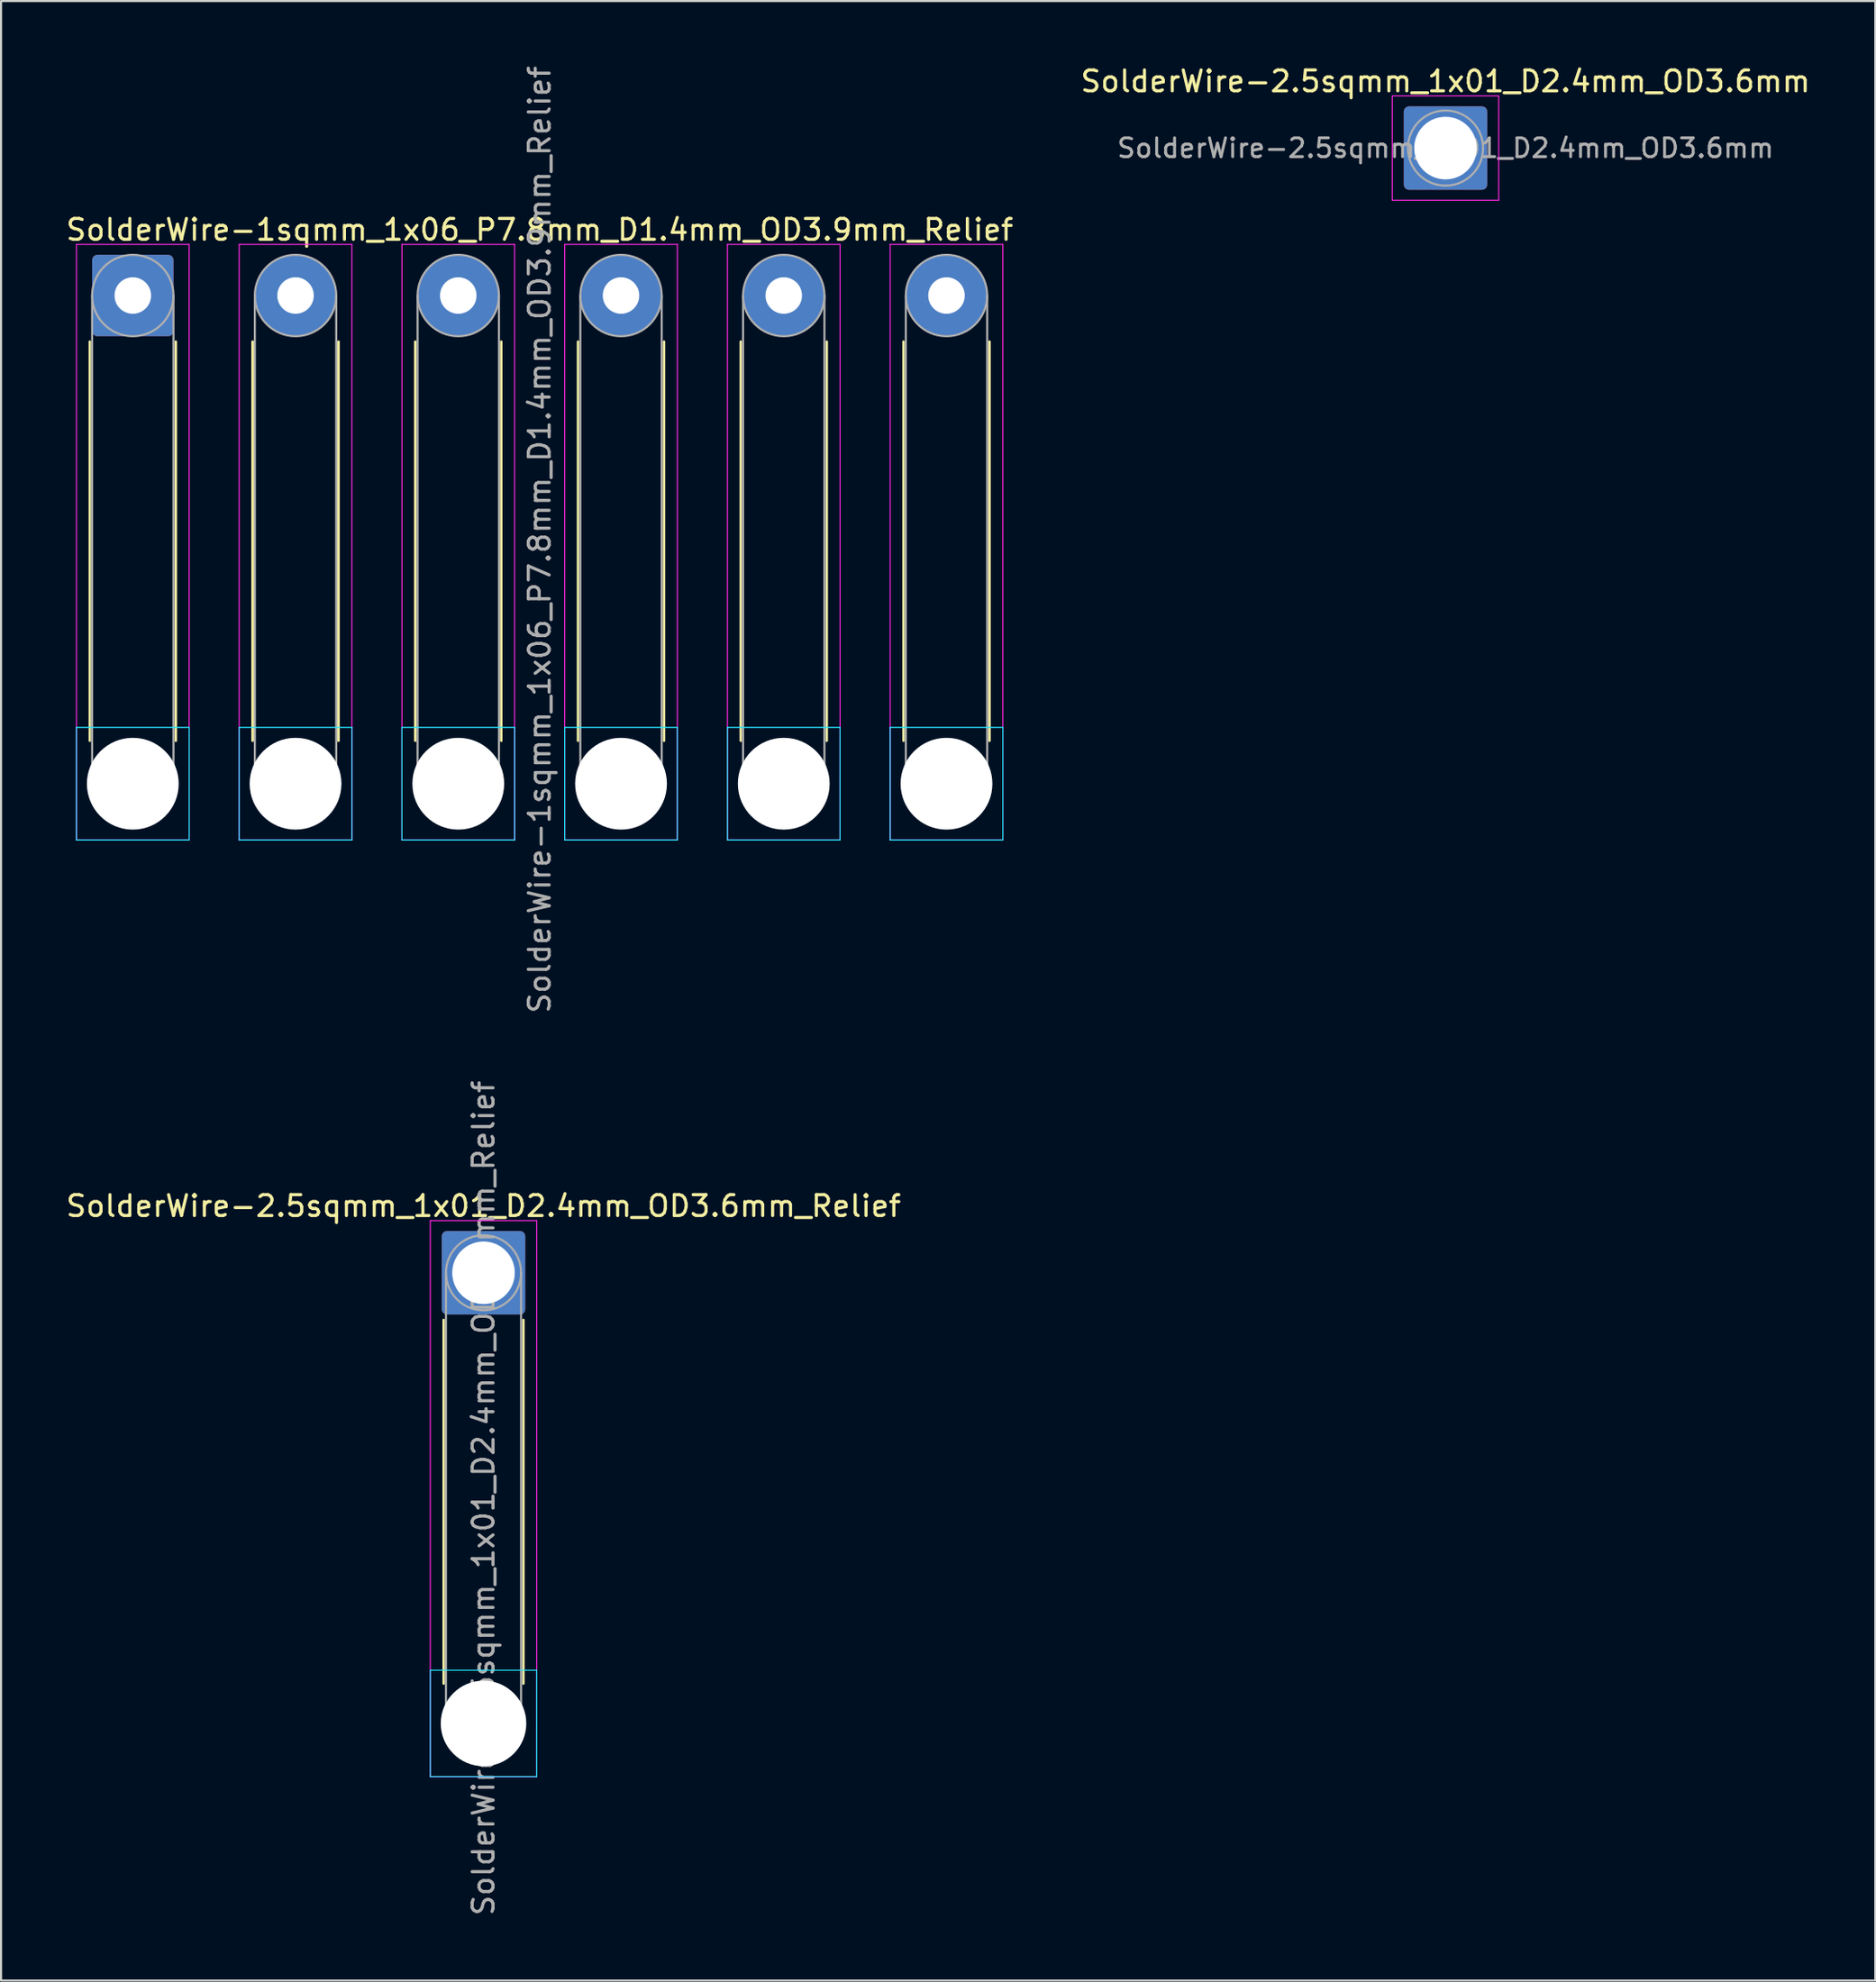
<source format=kicad_pcb>
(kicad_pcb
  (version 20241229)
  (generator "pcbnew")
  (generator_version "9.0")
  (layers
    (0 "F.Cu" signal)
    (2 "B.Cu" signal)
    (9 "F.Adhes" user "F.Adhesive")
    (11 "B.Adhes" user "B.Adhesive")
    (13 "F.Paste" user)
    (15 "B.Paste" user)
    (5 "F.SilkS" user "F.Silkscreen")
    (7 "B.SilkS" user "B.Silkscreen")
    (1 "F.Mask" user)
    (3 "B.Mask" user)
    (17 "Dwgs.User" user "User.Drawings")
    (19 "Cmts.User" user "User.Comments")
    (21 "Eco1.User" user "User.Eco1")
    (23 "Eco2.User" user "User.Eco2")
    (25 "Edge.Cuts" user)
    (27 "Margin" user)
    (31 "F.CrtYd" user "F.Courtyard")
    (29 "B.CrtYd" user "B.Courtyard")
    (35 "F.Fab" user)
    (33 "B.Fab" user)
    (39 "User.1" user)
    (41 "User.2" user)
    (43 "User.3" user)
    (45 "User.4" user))
  (footprint "SolderWire-2.5sqmm_1x01_D2.4mm_OD3.6mm"
    (layer "F.Cu")
    (at 66.232 4.048)
    (property "Reference" "SolderWire-2.5sqmm_1x01_D2.4mm_OD3.6mm" (at 0 -3.2 0) (layer "F.SilkS") (effects (font (size 1 1) (thickness 0.15))))
    (attr exclude_from_pos_files exclude_from_bom)
    (fp_line (start -2.55 -2.5) (end -2.55 2.5) (stroke (width 0.05) (type solid)) (layer "F.CrtYd"))
    (fp_line (start -2.55 2.5) (end 2.55 2.5) (stroke (width 0.05) (type solid)) (layer "F.CrtYd"))
    (fp_line (start 2.55 -2.5) (end -2.55 -2.5) (stroke (width 0.05) (type solid)) (layer "F.CrtYd"))
    (fp_line (start 2.55 2.5) (end 2.55 -2.5) (stroke (width 0.05) (type solid)) (layer "F.CrtYd"))
    (fp_circle (center 0 0) (end 1.8 0) (stroke (width 0.1) (type solid)) (fill no) (layer "F.Fab"))
    (fp_text user "${REFERENCE}" (at 0 0 0) (layer "F.Fab") (effects (font (size 0.9 0.9) (thickness 0.14))))
    (pad "1" thru_hole roundrect (at 0 0) (size 4 4) (drill 3) (layers "*.Cu" "*.Mask") (roundrect_rratio 0.062)))
  (footprint "SolderWire-2.5sqmm_1x01_D2.4mm_OD3.6mm_Relief"
    (layer "F.Cu")
    (at 20.125 57.956)
    (property "Reference" "SolderWire-2.5sqmm_1x01_D2.4mm_OD3.6mm_Relief" (at 0 -3.2 0) (layer "F.SilkS") (effects (font (size 1 1) (thickness 0.15))))
    (attr exclude_from_pos_files exclude_from_bom)
    (fp_line (start -1.91 2.26) (end -1.91 19.69) (stroke (width 0.12) (type solid)) (layer "F.SilkS"))
    (fp_line (start 1.91 2.26) (end 1.91 19.69) (stroke (width 0.12) (type solid)) (layer "F.SilkS"))
    (fp_line (start -2.55 19.05) (end -2.55 24.15) (stroke (width 0.05) (type solid)) (layer "B.CrtYd"))
    (fp_line (start -2.55 24.15) (end 2.55 24.15) (stroke (width 0.05) (type solid)) (layer "B.CrtYd"))
    (fp_line (start 2.55 19.05) (end -2.55 19.05) (stroke (width 0.05) (type solid)) (layer "B.CrtYd"))
    (fp_line (start 2.55 24.15) (end 2.55 19.05) (stroke (width 0.05) (type solid)) (layer "B.CrtYd"))
    (fp_line (start -2.55 -2.5) (end -2.55 24.15) (stroke (width 0.05) (type solid)) (layer "F.CrtYd"))
    (fp_line (start -2.55 24.15) (end 2.55 24.15) (stroke (width 0.05) (type solid)) (layer "F.CrtYd"))
    (fp_line (start 2.55 -2.5) (end -2.55 -2.5) (stroke (width 0.05) (type solid)) (layer "F.CrtYd"))
    (fp_line (start 2.55 24.15) (end 2.55 -2.5) (stroke (width 0.05) (type solid)) (layer "F.CrtYd"))
    (fp_line (start -1.8 0) (end -1.8 21.6) (stroke (width 0.1) (type solid)) (layer "F.Fab"))
    (fp_line (start 1.8 0) (end 1.8 21.6) (stroke (width 0.1) (type solid)) (layer "F.Fab"))
    (fp_circle (center 0 0) (end 1.8 0) (stroke (width 0.1) (type solid)) (fill no) (layer "F.Fab"))
    (fp_circle (center 0 21.6) (end 1.8 21.6) (stroke (width 0.1) (type solid)) (fill no) (layer "F.Fab"))
    (fp_text user "${REFERENCE}" (at 0 10.8 90) (layer "F.Fab") (effects (font (size 1 1) (thickness 0.15))))
    (pad "" np_thru_hole circle (at 0 21.6) (size 4.1 4.1) (drill 4.1) (layers "*.Cu" "*.Mask"))
    (pad "1" thru_hole roundrect (at 0 0) (size 4 4) (drill 3) (layers "*.Cu" "*.Mask") (roundrect_rratio 0.062)))
  (footprint "SolderWire-1sqmm_1x06_P7.8mm_D1.4mm_OD3.9mm_Relief"
    (layer "F.Cu")
    (at 3.315 11.115)
    (property "Reference" "SolderWire-1sqmm_1x06_P7.8mm_D1.4mm_OD3.9mm_Relief" (at 19.5 -3.15 0) (layer "F.SilkS") (effects (font (size 1 1) (thickness 0.15))))
    (attr exclude_from_pos_files exclude_from_bom)
    (fp_line (start -2.06 2.21) (end -2.06 21.34) (stroke (width 0.12) (type solid)) (layer "F.SilkS"))
    (fp_line (start 2.06 2.21) (end 2.06 21.34) (stroke (width 0.12) (type solid)) (layer "F.SilkS"))
    (fp_line (start 5.74 2.21) (end 5.74 21.34) (stroke (width 0.12) (type solid)) (layer "F.SilkS"))
    (fp_line (start 9.86 2.21) (end 9.86 21.34) (stroke (width 0.12) (type solid)) (layer "F.SilkS"))
    (fp_line (start 13.54 2.21) (end 13.54 21.34) (stroke (width 0.12) (type solid)) (layer "F.SilkS"))
    (fp_line (start 17.66 2.21) (end 17.66 21.34) (stroke (width 0.12) (type solid)) (layer "F.SilkS"))
    (fp_line (start 21.34 2.21) (end 21.34 21.34) (stroke (width 0.12) (type solid)) (layer "F.SilkS"))
    (fp_line (start 25.46 2.21) (end 25.46 21.34) (stroke (width 0.12) (type solid)) (layer "F.SilkS"))
    (fp_line (start 29.14 2.21) (end 29.14 21.34) (stroke (width 0.12) (type solid)) (layer "F.SilkS"))
    (fp_line (start 33.26 2.21) (end 33.26 21.34) (stroke (width 0.12) (type solid)) (layer "F.SilkS"))
    (fp_line (start 36.94 2.21) (end 36.94 21.34) (stroke (width 0.12) (type solid)) (layer "F.SilkS"))
    (fp_line (start 41.06 2.21) (end 41.06 21.34) (stroke (width 0.12) (type solid)) (layer "F.SilkS"))
    (fp_line (start -2.7 20.7) (end -2.7 26.1) (stroke (width 0.05) (type solid)) (layer "B.CrtYd"))
    (fp_line (start -2.7 26.1) (end 2.7 26.1) (stroke (width 0.05) (type solid)) (layer "B.CrtYd"))
    (fp_line (start 2.7 20.7) (end -2.7 20.7) (stroke (width 0.05) (type solid)) (layer "B.CrtYd"))
    (fp_line (start 2.7 26.1) (end 2.7 20.7) (stroke (width 0.05) (type solid)) (layer "B.CrtYd"))
    (fp_line (start 5.1 20.7) (end 5.1 26.1) (stroke (width 0.05) (type solid)) (layer "B.CrtYd"))
    (fp_line (start 5.1 26.1) (end 10.5 26.1) (stroke (width 0.05) (type solid)) (layer "B.CrtYd"))
    (fp_line (start 10.5 20.7) (end 5.1 20.7) (stroke (width 0.05) (type solid)) (layer "B.CrtYd"))
    (fp_line (start 10.5 26.1) (end 10.5 20.7) (stroke (width 0.05) (type solid)) (layer "B.CrtYd"))
    (fp_line (start 12.9 20.7) (end 12.9 26.1) (stroke (width 0.05) (type solid)) (layer "B.CrtYd"))
    (fp_line (start 12.9 26.1) (end 18.3 26.1) (stroke (width 0.05) (type solid)) (layer "B.CrtYd"))
    (fp_line (start 18.3 20.7) (end 12.9 20.7) (stroke (width 0.05) (type solid)) (layer "B.CrtYd"))
    (fp_line (start 18.3 26.1) (end 18.3 20.7) (stroke (width 0.05) (type solid)) (layer "B.CrtYd"))
    (fp_line (start 20.7 20.7) (end 20.7 26.1) (stroke (width 0.05) (type solid)) (layer "B.CrtYd"))
    (fp_line (start 20.7 26.1) (end 26.1 26.1) (stroke (width 0.05) (type solid)) (layer "B.CrtYd"))
    (fp_line (start 26.1 20.7) (end 20.7 20.7) (stroke (width 0.05) (type solid)) (layer "B.CrtYd"))
    (fp_line (start 26.1 26.1) (end 26.1 20.7) (stroke (width 0.05) (type solid)) (layer "B.CrtYd"))
    (fp_line (start 28.5 20.7) (end 28.5 26.1) (stroke (width 0.05) (type solid)) (layer "B.CrtYd"))
    (fp_line (start 28.5 26.1) (end 33.9 26.1) (stroke (width 0.05) (type solid)) (layer "B.CrtYd"))
    (fp_line (start 33.9 20.7) (end 28.5 20.7) (stroke (width 0.05) (type solid)) (layer "B.CrtYd"))
    (fp_line (start 33.9 26.1) (end 33.9 20.7) (stroke (width 0.05) (type solid)) (layer "B.CrtYd"))
    (fp_line (start 36.3 20.7) (end 36.3 26.1) (stroke (width 0.05) (type solid)) (layer "B.CrtYd"))
    (fp_line (start 36.3 26.1) (end 41.7 26.1) (stroke (width 0.05) (type solid)) (layer "B.CrtYd"))
    (fp_line (start 41.7 20.7) (end 36.3 20.7) (stroke (width 0.05) (type solid)) (layer "B.CrtYd"))
    (fp_line (start 41.7 26.1) (end 41.7 20.7) (stroke (width 0.05) (type solid)) (layer "B.CrtYd"))
    (fp_line (start -2.7 -2.45) (end -2.7 26.1) (stroke (width 0.05) (type solid)) (layer "F.CrtYd"))
    (fp_line (start -2.7 26.1) (end 2.7 26.1) (stroke (width 0.05) (type solid)) (layer "F.CrtYd"))
    (fp_line (start 2.7 -2.45) (end -2.7 -2.45) (stroke (width 0.05) (type solid)) (layer "F.CrtYd"))
    (fp_line (start 2.7 26.1) (end 2.7 -2.45) (stroke (width 0.05) (type solid)) (layer "F.CrtYd"))
    (fp_line (start 5.1 -2.45) (end 5.1 26.1) (stroke (width 0.05) (type solid)) (layer "F.CrtYd"))
    (fp_line (start 5.1 26.1) (end 10.5 26.1) (stroke (width 0.05) (type solid)) (layer "F.CrtYd"))
    (fp_line (start 10.5 -2.45) (end 5.1 -2.45) (stroke (width 0.05) (type solid)) (layer "F.CrtYd"))
    (fp_line (start 10.5 26.1) (end 10.5 -2.45) (stroke (width 0.05) (type solid)) (layer "F.CrtYd"))
    (fp_line (start 12.9 -2.45) (end 12.9 26.1) (stroke (width 0.05) (type solid)) (layer "F.CrtYd"))
    (fp_line (start 12.9 26.1) (end 18.3 26.1) (stroke (width 0.05) (type solid)) (layer "F.CrtYd"))
    (fp_line (start 18.3 -2.45) (end 12.9 -2.45) (stroke (width 0.05) (type solid)) (layer "F.CrtYd"))
    (fp_line (start 18.3 26.1) (end 18.3 -2.45) (stroke (width 0.05) (type solid)) (layer "F.CrtYd"))
    (fp_line (start 20.7 -2.45) (end 20.7 26.1) (stroke (width 0.05) (type solid)) (layer "F.CrtYd"))
    (fp_line (start 20.7 26.1) (end 26.1 26.1) (stroke (width 0.05) (type solid)) (layer "F.CrtYd"))
    (fp_line (start 26.1 -2.45) (end 20.7 -2.45) (stroke (width 0.05) (type solid)) (layer "F.CrtYd"))
    (fp_line (start 26.1 26.1) (end 26.1 -2.45) (stroke (width 0.05) (type solid)) (layer "F.CrtYd"))
    (fp_line (start 28.5 -2.45) (end 28.5 26.1) (stroke (width 0.05) (type solid)) (layer "F.CrtYd"))
    (fp_line (start 28.5 26.1) (end 33.9 26.1) (stroke (width 0.05) (type solid)) (layer "F.CrtYd"))
    (fp_line (start 33.9 -2.45) (end 28.5 -2.45) (stroke (width 0.05) (type solid)) (layer "F.CrtYd"))
    (fp_line (start 33.9 26.1) (end 33.9 -2.45) (stroke (width 0.05) (type solid)) (layer "F.CrtYd"))
    (fp_line (start 36.3 -2.45) (end 36.3 26.1) (stroke (width 0.05) (type solid)) (layer "F.CrtYd"))
    (fp_line (start 36.3 26.1) (end 41.7 26.1) (stroke (width 0.05) (type solid)) (layer "F.CrtYd"))
    (fp_line (start 41.7 -2.45) (end 36.3 -2.45) (stroke (width 0.05) (type solid)) (layer "F.CrtYd"))
    (fp_line (start 41.7 26.1) (end 41.7 -2.45) (stroke (width 0.05) (type solid)) (layer "F.CrtYd"))
    (fp_line (start -1.95 0) (end -1.95 23.4) (stroke (width 0.1) (type solid)) (layer "F.Fab"))
    (fp_line (start 1.95 0) (end 1.95 23.4) (stroke (width 0.1) (type solid)) (layer "F.Fab"))
    (fp_line (start 5.85 0) (end 5.85 23.4) (stroke (width 0.1) (type solid)) (layer "F.Fab"))
    (fp_line (start 9.75 0) (end 9.75 23.4) (stroke (width 0.1) (type solid)) (layer "F.Fab"))
    (fp_line (start 13.65 0) (end 13.65 23.4) (stroke (width 0.1) (type solid)) (layer "F.Fab"))
    (fp_line (start 17.55 0) (end 17.55 23.4) (stroke (width 0.1) (type solid)) (layer "F.Fab"))
    (fp_line (start 21.45 0) (end 21.45 23.4) (stroke (width 0.1) (type solid)) (layer "F.Fab"))
    (fp_line (start 25.35 0) (end 25.35 23.4) (stroke (width 0.1) (type solid)) (layer "F.Fab"))
    (fp_line (start 29.25 0) (end 29.25 23.4) (stroke (width 0.1) (type solid)) (layer "F.Fab"))
    (fp_line (start 33.15 0) (end 33.15 23.4) (stroke (width 0.1) (type solid)) (layer "F.Fab"))
    (fp_line (start 37.05 0) (end 37.05 23.4) (stroke (width 0.1) (type solid)) (layer "F.Fab"))
    (fp_line (start 40.95 0) (end 40.95 23.4) (stroke (width 0.1) (type solid)) (layer "F.Fab"))
    (fp_circle (center 0 0) (end 1.95 0) (stroke (width 0.1) (type solid)) (fill no) (layer "F.Fab"))
    (fp_circle (center 0 23.4) (end 1.95 23.4) (stroke (width 0.1) (type solid)) (fill no) (layer "F.Fab"))
    (fp_circle (center 7.8 0) (end 9.75 0) (stroke (width 0.1) (type solid)) (fill no) (layer "F.Fab"))
    (fp_circle (center 7.8 23.4) (end 9.75 23.4) (stroke (width 0.1) (type solid)) (fill no) (layer "F.Fab"))
    (fp_circle (center 15.6 0) (end 17.55 0) (stroke (width 0.1) (type solid)) (fill no) (layer "F.Fab"))
    (fp_circle (center 15.6 23.4) (end 17.55 23.4) (stroke (width 0.1) (type solid)) (fill no) (layer "F.Fab"))
    (fp_circle (center 23.4 0) (end 25.35 0) (stroke (width 0.1) (type solid)) (fill no) (layer "F.Fab"))
    (fp_circle (center 23.4 23.4) (end 25.35 23.4) (stroke (width 0.1) (type solid)) (fill no) (layer "F.Fab"))
    (fp_circle (center 31.2 0) (end 33.15 0) (stroke (width 0.1) (type solid)) (fill no) (layer "F.Fab"))
    (fp_circle (center 31.2 23.4) (end 33.15 23.4) (stroke (width 0.1) (type solid)) (fill no) (layer "F.Fab"))
    (fp_circle (center 39 0) (end 40.95 0) (stroke (width 0.1) (type solid)) (fill no) (layer "F.Fab"))
    (fp_circle (center 39 23.4) (end 40.95 23.4) (stroke (width 0.1) (type solid)) (fill no) (layer "F.Fab"))
    (fp_text user "${REFERENCE}" (at 19.5 11.7 90) (layer "F.Fab") (effects (font (size 1 1) (thickness 0.15))))
    (pad "" np_thru_hole circle (at 0 23.4) (size 4.4 4.4) (drill 4.4) (layers "*.Cu" "*.Mask"))
    (pad "" np_thru_hole circle (at 7.8 23.4) (size 4.4 4.4) (drill 4.4) (layers "*.Cu" "*.Mask"))
    (pad "" np_thru_hole circle (at 15.6 23.4) (size 4.4 4.4) (drill 4.4) (layers "*.Cu" "*.Mask"))
    (pad "" np_thru_hole circle (at 23.4 23.4) (size 4.4 4.4) (drill 4.4) (layers "*.Cu" "*.Mask"))
    (pad "" np_thru_hole circle (at 31.2 23.4) (size 4.4 4.4) (drill 4.4) (layers "*.Cu" "*.Mask"))
    (pad "" np_thru_hole circle (at 39 23.4) (size 4.4 4.4) (drill 4.4) (layers "*.Cu" "*.Mask"))
    (pad "1" thru_hole roundrect (at 0 0) (size 3.9 3.9) (drill 1.75) (layers "*.Cu" "*.Mask") (roundrect_rratio 0.064))
    (pad "2" thru_hole circle (at 7.8 0) (size 3.9 3.9) (drill 1.75) (layers "*.Cu" "*.Mask"))
    (pad "3" thru_hole circle (at 15.6 0) (size 3.9 3.9) (drill 1.75) (layers "*.Cu" "*.Mask"))
    (pad "4" thru_hole circle (at 23.4 0) (size 3.9 3.9) (drill 1.75) (layers "*.Cu" "*.Mask"))
    (pad "5" thru_hole circle (at 31.2 0) (size 3.9 3.9) (drill 1.75) (layers "*.Cu" "*.Mask"))
    (pad "6" thru_hole circle (at 39 0) (size 3.9 3.9) (drill 1.75) (layers "*.Cu" "*.Mask")))
  (gr_rect
    (start -3 -3)
    (end 86.833 91.881)
    (stroke (width 0.1) (type default))
    (fill no)
    (layer "Edge.Cuts")))
</source>
